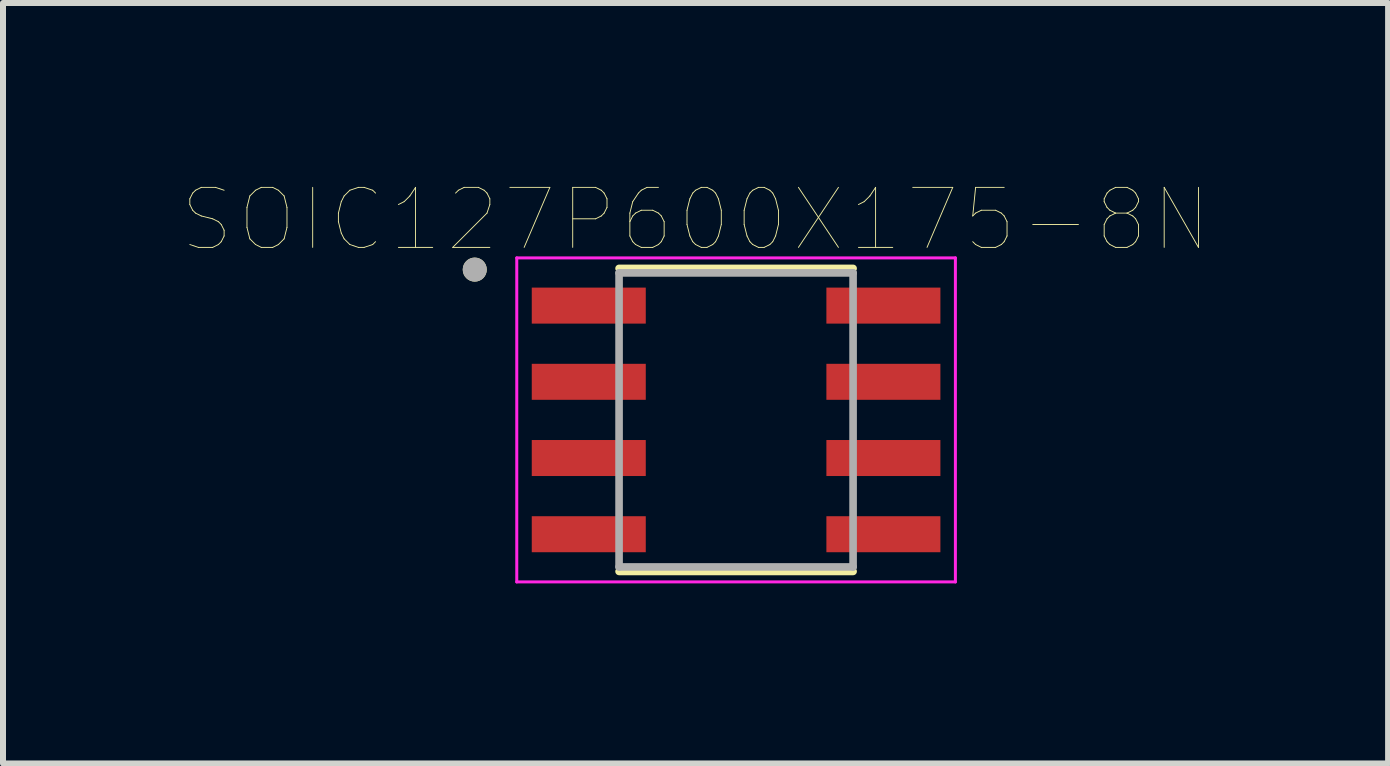
<source format=kicad_pcb>
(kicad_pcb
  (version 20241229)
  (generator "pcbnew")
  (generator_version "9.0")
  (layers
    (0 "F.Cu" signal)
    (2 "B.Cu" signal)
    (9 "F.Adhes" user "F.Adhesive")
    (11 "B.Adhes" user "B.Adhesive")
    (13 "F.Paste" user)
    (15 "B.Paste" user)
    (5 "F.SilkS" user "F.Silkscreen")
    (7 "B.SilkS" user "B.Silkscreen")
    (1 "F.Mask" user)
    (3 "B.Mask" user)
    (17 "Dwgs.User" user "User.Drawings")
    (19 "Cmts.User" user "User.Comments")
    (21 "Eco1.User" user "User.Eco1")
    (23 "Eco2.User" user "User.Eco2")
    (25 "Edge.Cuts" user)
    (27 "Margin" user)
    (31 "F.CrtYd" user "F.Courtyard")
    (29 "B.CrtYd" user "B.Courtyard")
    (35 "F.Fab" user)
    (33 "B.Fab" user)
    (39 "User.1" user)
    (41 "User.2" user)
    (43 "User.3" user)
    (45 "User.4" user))
  (footprint "SOIC127P600X175-8N"
    (layer "F.Cu")
    (at 9.217 3.948)
    (property "Reference" "SOIC127P600X175-8N" (at -0.675 -3.337 0) (layer "F.SilkS") (effects (font (size 1 1) (thickness 0.015))))
    (attr through_hole)
    (fp_line (start -1.95 -2.525) (end 1.95 -2.525) (stroke (width 0.127) (type solid)) (layer "F.SilkS"))
    (fp_line (start -1.95 2.525) (end 1.95 2.525) (stroke (width 0.127) (type solid)) (layer "F.SilkS"))
    (fp_circle (center -4.355 -2.505) (end -4.255 -2.505) (stroke (width 0.2) (type solid)) (fill no) (layer "F.SilkS"))
    (fp_line (start -3.655 -2.7) (end -3.655 2.7) (stroke (width 0.05) (type solid)) (layer "F.CrtYd"))
    (fp_line (start -3.655 -2.7) (end 3.655 -2.7) (stroke (width 0.05) (type solid)) (layer "F.CrtYd"))
    (fp_line (start -3.655 2.7) (end 3.655 2.7) (stroke (width 0.05) (type solid)) (layer "F.CrtYd"))
    (fp_line (start 3.655 -2.7) (end 3.655 2.7) (stroke (width 0.05) (type solid)) (layer "F.CrtYd"))
    (fp_line (start -1.95 -2.45) (end -1.95 2.45) (stroke (width 0.127) (type solid)) (layer "F.Fab"))
    (fp_line (start -1.95 -2.45) (end 1.95 -2.45) (stroke (width 0.127) (type solid)) (layer "F.Fab"))
    (fp_line (start -1.95 2.45) (end 1.95 2.45) (stroke (width 0.127) (type solid)) (layer "F.Fab"))
    (fp_line (start 1.95 -2.45) (end 1.95 2.45) (stroke (width 0.127) (type solid)) (layer "F.Fab"))
    (fp_circle (center -4.355 -2.505) (end -4.255 -2.505) (stroke (width 0.2) (type solid)) (fill no) (layer "F.Fab"))
    (pad "1" smd rect (at -2.455 -1.905) (size 1.9 0.6) (layers "F.Cu" "F.Mask" "F.Paste"))
    (pad "2" smd rect (at -2.455 -0.635) (size 1.9 0.6) (layers "F.Cu" "F.Mask" "F.Paste"))
    (pad "3" smd rect (at -2.455 0.635) (size 1.9 0.6) (layers "F.Cu" "F.Mask" "F.Paste"))
    (pad "4" smd rect (at -2.455 1.905) (size 1.9 0.6) (layers "F.Cu" "F.Mask" "F.Paste"))
    (pad "5" smd rect (at 2.455 1.905) (size 1.9 0.6) (layers "F.Cu" "F.Mask" "F.Paste"))
    (pad "6" smd rect (at 2.455 0.635) (size 1.9 0.6) (layers "F.Cu" "F.Mask" "F.Paste"))
    (pad "7" smd rect (at 2.455 -0.635) (size 1.9 0.6) (layers "F.Cu" "F.Mask" "F.Paste"))
    (pad "8" smd rect (at 2.455 -1.905) (size 1.9 0.6) (layers "F.Cu" "F.Mask" "F.Paste")))
  (gr_rect
    (start -3 -3)
    (end 20.083 9.673)
    (stroke (width 0.1) (type default))
    (fill no)
    (layer "Edge.Cuts")))
</source>
